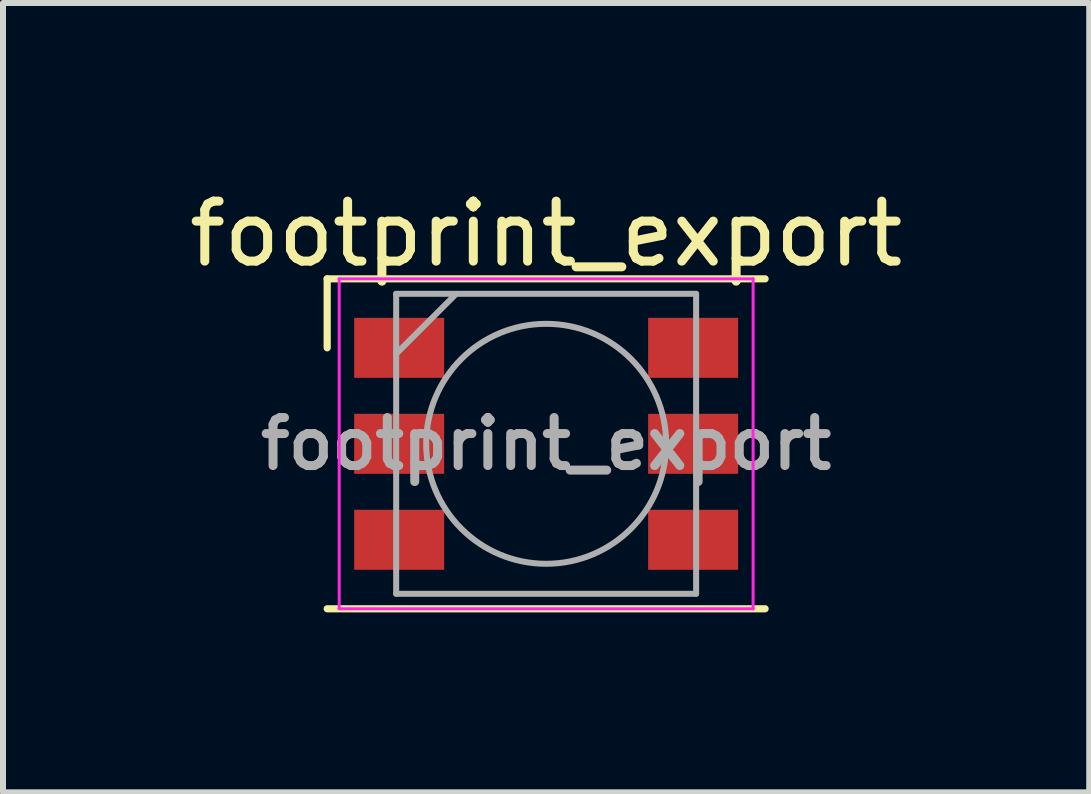
<source format=kicad_pcb>
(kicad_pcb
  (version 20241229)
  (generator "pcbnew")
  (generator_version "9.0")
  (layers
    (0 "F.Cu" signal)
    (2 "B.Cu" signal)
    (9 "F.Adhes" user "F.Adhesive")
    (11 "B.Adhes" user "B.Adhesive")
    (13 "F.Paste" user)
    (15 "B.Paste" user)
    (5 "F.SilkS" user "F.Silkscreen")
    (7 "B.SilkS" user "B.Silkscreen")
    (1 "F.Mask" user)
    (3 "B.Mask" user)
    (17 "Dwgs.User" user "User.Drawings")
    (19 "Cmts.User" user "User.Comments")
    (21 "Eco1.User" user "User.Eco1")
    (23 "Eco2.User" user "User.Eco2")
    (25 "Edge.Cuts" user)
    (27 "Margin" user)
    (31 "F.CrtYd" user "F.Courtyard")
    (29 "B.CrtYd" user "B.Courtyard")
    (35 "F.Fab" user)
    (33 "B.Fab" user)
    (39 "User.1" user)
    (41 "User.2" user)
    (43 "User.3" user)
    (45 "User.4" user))
  (footprint "footprint_export"
    (layer "F.Cu")
    (at 6.054 4.348)
    (property "Reference" "footprint_export" (at 0 -3.5 0) (layer "F.SilkS") (effects (font (size 1 1) (thickness 0.15))))
    (attr smd)
    (fp_line (start -3.65 -2.75) (end 3.65 -2.75) (stroke (width 0.12) (type solid)) (layer "F.SilkS"))
    (fp_line (start -3.65 -1.6) (end -3.65 -2.75) (stroke (width 0.12) (type solid)) (layer "F.SilkS"))
    (fp_line (start -3.65 2.75) (end 3.65 2.75) (stroke (width 0.12) (type solid)) (layer "F.SilkS"))
    (fp_line (start -3.45 -2.75) (end -3.45 2.75) (stroke (width 0.05) (type solid)) (layer "F.CrtYd"))
    (fp_line (start -3.45 2.75) (end 3.45 2.75) (stroke (width 0.05) (type solid)) (layer "F.CrtYd"))
    (fp_line (start 3.45 -2.75) (end -3.45 -2.75) (stroke (width 0.05) (type solid)) (layer "F.CrtYd"))
    (fp_line (start 3.45 2.75) (end 3.45 -2.75) (stroke (width 0.05) (type solid)) (layer "F.CrtYd"))
    (fp_line (start -2.5 -2.5) (end 2.5 -2.5) (stroke (width 0.1) (type solid)) (layer "F.Fab"))
    (fp_line (start -2.5 -1.5) (end -1.5 -2.5) (stroke (width 0.1) (type solid)) (layer "F.Fab"))
    (fp_line (start -2.5 2.5) (end -2.5 -2.5) (stroke (width 0.1) (type solid)) (layer "F.Fab"))
    (fp_line (start 2.5 -2.5) (end 2.5 2.5) (stroke (width 0.1) (type solid)) (layer "F.Fab"))
    (fp_line (start 2.5 2.5) (end -2.5 2.5) (stroke (width 0.1) (type solid)) (layer "F.Fab"))
    (fp_circle (center 0 0) (end 0 -2) (stroke (width 0.1) (type solid)) (fill no) (layer "F.Fab"))
    (fp_text user "${REFERENCE}" (at 0 0 0) (layer "F.Fab") (effects (font (size 0.8 0.8) (thickness 0.15))))
    (pad "1" smd rect (at -2.45 -1.6) (size 1.5 1) (layers "F.Cu" "F.Mask" "F.Paste"))
    (pad "2" smd rect (at -2.45 0) (size 1.5 1) (layers "F.Cu" "F.Mask" "F.Paste"))
    (pad "3" smd rect (at -2.45 1.6) (size 1.5 1) (layers "F.Cu" "F.Mask" "F.Paste"))
    (pad "4" smd rect (at 2.45 1.6) (size 1.5 1) (layers "F.Cu" "F.Mask" "F.Paste"))
    (pad "5" smd rect (at 2.45 0) (size 1.5 1) (layers "F.Cu" "F.Mask" "F.Paste"))
    (pad "6" smd rect (at 2.45 -1.6) (size 1.5 1) (layers "F.Cu" "F.Mask" "F.Paste")))
  (gr_rect
    (start -3 -3)
    (end 15.107 10.158)
    (stroke (width 0.1) (type default))
    (fill no)
    (layer "Edge.Cuts")))
</source>
